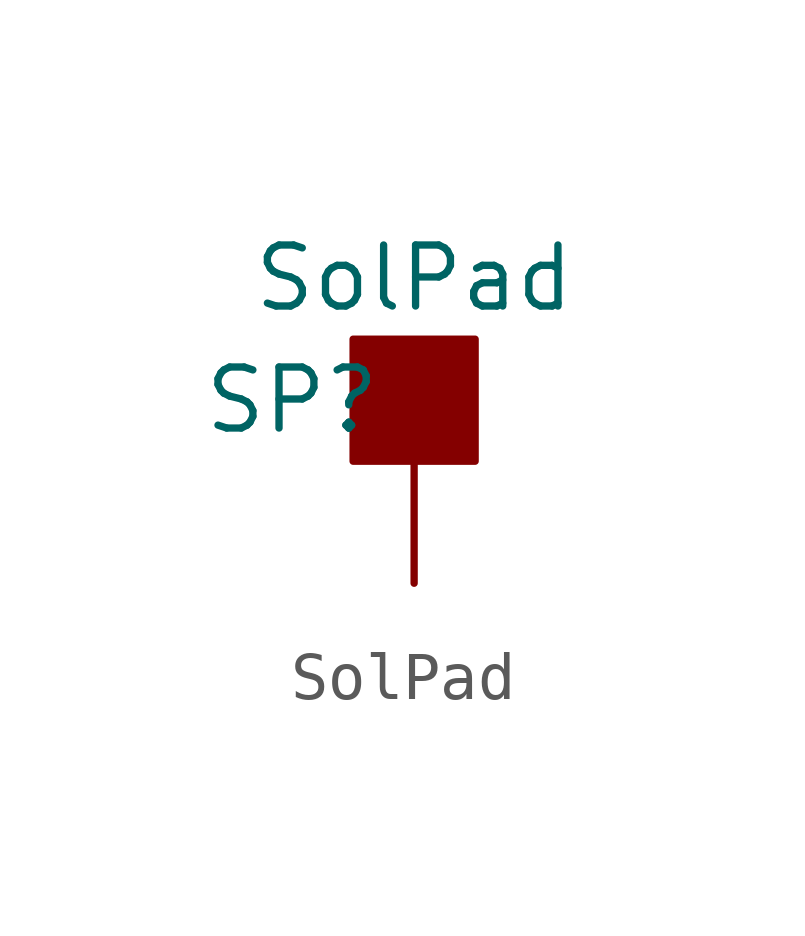
<source format=kicad_sym>
(kicad_symbol_lib
  (version 20220914)
  (generator kicad_symbol_editor)
  (symbol "SolPad"
    (pin_numbers hide)
    (pin_names hide)
    (property "Reference" "SP"
      (at -2.54 3.81 0)
      (effects (font (size 1.27 1.27))))
    (property "Value" "SolPad"
      (at 0 6.35 0)
      (effects (font (size 1.27 1.27))))
    (symbol "SolPad_1_1"
      (rectangle (start -1.27 5.08) (end 1.27 2.54) (stroke (width 0) (type default)) (fill (type outline)))
      (pin passive line (at 0 0 90) (length 2.54) (name "" (effects (font (size 1.27 1.27)))) (number "1" (effects (font (size 1.27 1.27))))))))
</source>
